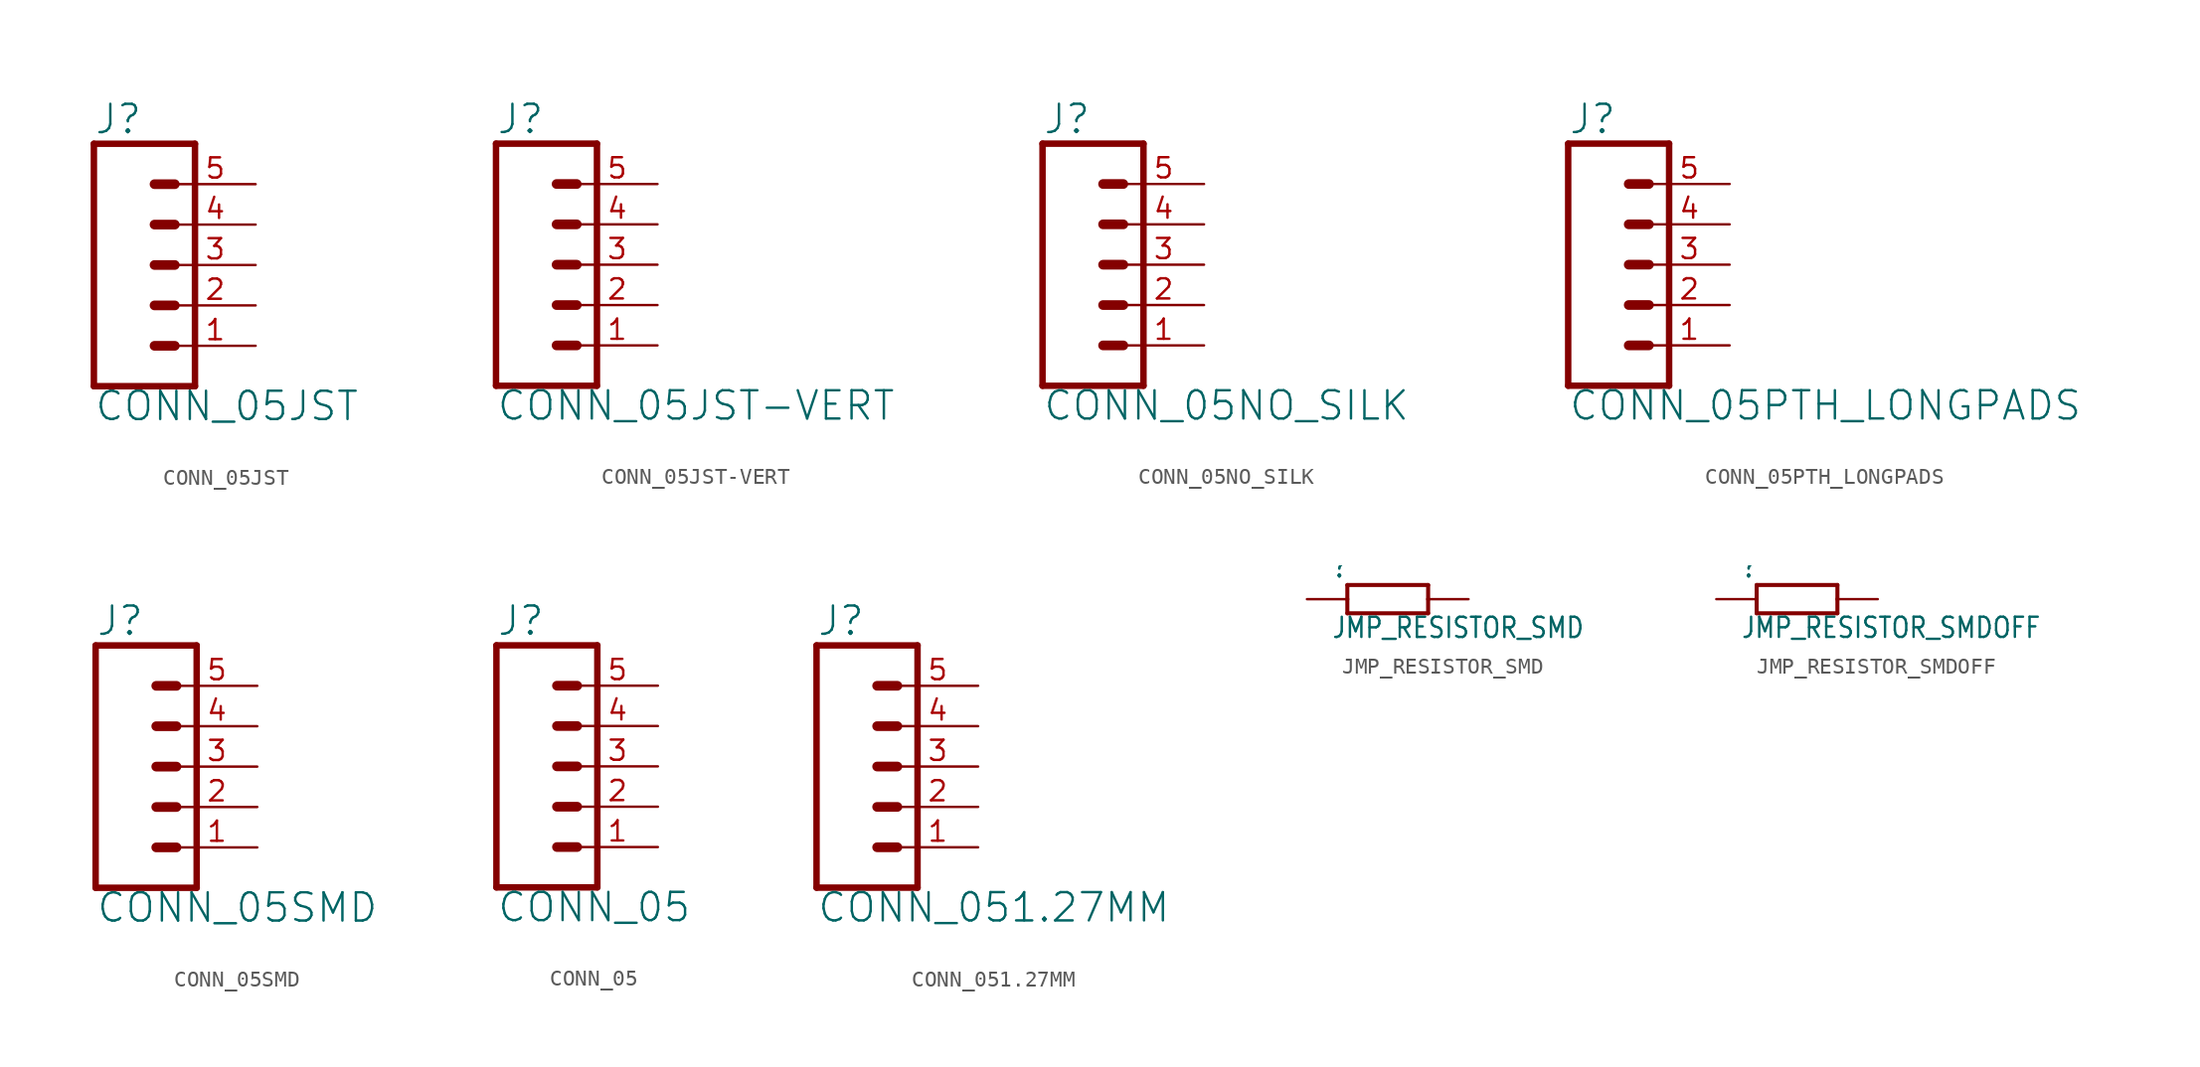
<source format=kicad_sym>
(kicad_symbol_lib
  (version 20220331)
  (generator kicad_symbol_editor)
  (symbol "CONN_05JST"
    (property "Reference" "J"
      (at -2.54 8.128 0)
      (effects (font (size 1.778 1.778)) (justify left bottom)))
    (property "Value" "CONN_05JST"
      (at -2.54 -9.906 0)
      (effects (font (size 1.778 1.778)) (justify left bottom)))
    (property "ki_locked" ""
      (at 0 0 0)
      (effects (font (size 1.27 1.27))))
    (symbol "CONN_05JST_1_0"
      (polyline (pts (xy -2.54 7.62) (xy -2.54 -7.62)) (stroke (width 0.406) (type solid)) (fill (type none)))
      (polyline (pts (xy -2.54 7.62) (xy 3.81 7.62)) (stroke (width 0.406) (type solid)) (fill (type none)))
      (polyline (pts (xy 1.27 -5.08) (xy 2.54 -5.08)) (stroke (width 0.61) (type solid)) (fill (type none)))
      (polyline (pts (xy 1.27 -2.54) (xy 2.54 -2.54)) (stroke (width 0.61) (type solid)) (fill (type none)))
      (polyline (pts (xy 1.27 0) (xy 2.54 0)) (stroke (width 0.61) (type solid)) (fill (type none)))
      (polyline (pts (xy 1.27 2.54) (xy 2.54 2.54)) (stroke (width 0.61) (type solid)) (fill (type none)))
      (polyline (pts (xy 1.27 5.08) (xy 2.54 5.08)) (stroke (width 0.61) (type solid)) (fill (type none)))
      (polyline (pts (xy 3.81 -7.62) (xy -2.54 -7.62)) (stroke (width 0.406) (type solid)) (fill (type none)))
      (polyline (pts (xy 3.81 -7.62) (xy 3.81 7.62)) (stroke (width 0.406) (type solid)) (fill (type none)))
      (pin passive line (at 7.62 -5.08 180) (length 5.08) (name "1" (effects (font (size 0 0)))) (number "1" (effects (font (size 1.27 1.27)))))
      (pin passive line (at 7.62 -2.54 180) (length 5.08) (name "2" (effects (font (size 0 0)))) (number "2" (effects (font (size 1.27 1.27)))))
      (pin passive line (at 7.62 0 180) (length 5.08) (name "3" (effects (font (size 0 0)))) (number "3" (effects (font (size 1.27 1.27)))))
      (pin passive line (at 7.62 2.54 180) (length 5.08) (name "4" (effects (font (size 0 0)))) (number "4" (effects (font (size 1.27 1.27)))))
      (pin passive line (at 7.62 5.08 180) (length 5.08) (name "5" (effects (font (size 0 0)))) (number "5" (effects (font (size 1.27 1.27)))))))
  (symbol "CONN_05JST-VERT"
    (property "Reference" "J"
      (at -2.54 8.128 0)
      (effects (font (size 1.778 1.778)) (justify left bottom)))
    (property "Value" "CONN_05JST-VERT"
      (at -2.54 -9.906 0)
      (effects (font (size 1.778 1.778)) (justify left bottom)))
    (property "ki_locked" ""
      (at 0 0 0)
      (effects (font (size 1.27 1.27))))
    (symbol "CONN_05JST-VERT_1_0"
      (polyline (pts (xy -2.54 7.62) (xy -2.54 -7.62)) (stroke (width 0.406) (type solid)) (fill (type none)))
      (polyline (pts (xy -2.54 7.62) (xy 3.81 7.62)) (stroke (width 0.406) (type solid)) (fill (type none)))
      (polyline (pts (xy 1.27 -5.08) (xy 2.54 -5.08)) (stroke (width 0.61) (type solid)) (fill (type none)))
      (polyline (pts (xy 1.27 -2.54) (xy 2.54 -2.54)) (stroke (width 0.61) (type solid)) (fill (type none)))
      (polyline (pts (xy 1.27 0) (xy 2.54 0)) (stroke (width 0.61) (type solid)) (fill (type none)))
      (polyline (pts (xy 1.27 2.54) (xy 2.54 2.54)) (stroke (width 0.61) (type solid)) (fill (type none)))
      (polyline (pts (xy 1.27 5.08) (xy 2.54 5.08)) (stroke (width 0.61) (type solid)) (fill (type none)))
      (polyline (pts (xy 3.81 -7.62) (xy -2.54 -7.62)) (stroke (width 0.406) (type solid)) (fill (type none)))
      (polyline (pts (xy 3.81 -7.62) (xy 3.81 7.62)) (stroke (width 0.406) (type solid)) (fill (type none)))
      (pin passive line (at 7.62 -5.08 180) (length 5.08) (name "1" (effects (font (size 0 0)))) (number "1" (effects (font (size 1.27 1.27)))))
      (pin passive line (at 7.62 -2.54 180) (length 5.08) (name "2" (effects (font (size 0 0)))) (number "2" (effects (font (size 1.27 1.27)))))
      (pin passive line (at 7.62 0 180) (length 5.08) (name "3" (effects (font (size 0 0)))) (number "3" (effects (font (size 1.27 1.27)))))
      (pin passive line (at 7.62 2.54 180) (length 5.08) (name "4" (effects (font (size 0 0)))) (number "4" (effects (font (size 1.27 1.27)))))
      (pin passive line (at 7.62 5.08 180) (length 5.08) (name "5" (effects (font (size 0 0)))) (number "5" (effects (font (size 1.27 1.27)))))))
  (symbol "CONN_05NO_SILK"
    (property "Reference" "J"
      (at -2.54 8.128 0)
      (effects (font (size 1.778 1.778)) (justify left bottom)))
    (property "Value" "CONN_05NO_SILK"
      (at -2.54 -9.906 0)
      (effects (font (size 1.778 1.778)) (justify left bottom)))
    (property "ki_locked" ""
      (at 0 0 0)
      (effects (font (size 1.27 1.27))))
    (symbol "CONN_05NO_SILK_1_0"
      (polyline (pts (xy -2.54 7.62) (xy -2.54 -7.62)) (stroke (width 0.406) (type solid)) (fill (type none)))
      (polyline (pts (xy -2.54 7.62) (xy 3.81 7.62)) (stroke (width 0.406) (type solid)) (fill (type none)))
      (polyline (pts (xy 1.27 -5.08) (xy 2.54 -5.08)) (stroke (width 0.61) (type solid)) (fill (type none)))
      (polyline (pts (xy 1.27 -2.54) (xy 2.54 -2.54)) (stroke (width 0.61) (type solid)) (fill (type none)))
      (polyline (pts (xy 1.27 0) (xy 2.54 0)) (stroke (width 0.61) (type solid)) (fill (type none)))
      (polyline (pts (xy 1.27 2.54) (xy 2.54 2.54)) (stroke (width 0.61) (type solid)) (fill (type none)))
      (polyline (pts (xy 1.27 5.08) (xy 2.54 5.08)) (stroke (width 0.61) (type solid)) (fill (type none)))
      (polyline (pts (xy 3.81 -7.62) (xy -2.54 -7.62)) (stroke (width 0.406) (type solid)) (fill (type none)))
      (polyline (pts (xy 3.81 -7.62) (xy 3.81 7.62)) (stroke (width 0.406) (type solid)) (fill (type none)))
      (pin passive line (at 7.62 -5.08 180) (length 5.08) (name "1" (effects (font (size 0 0)))) (number "1" (effects (font (size 1.27 1.27)))))
      (pin passive line (at 7.62 -2.54 180) (length 5.08) (name "2" (effects (font (size 0 0)))) (number "2" (effects (font (size 1.27 1.27)))))
      (pin passive line (at 7.62 0 180) (length 5.08) (name "3" (effects (font (size 0 0)))) (number "3" (effects (font (size 1.27 1.27)))))
      (pin passive line (at 7.62 2.54 180) (length 5.08) (name "4" (effects (font (size 0 0)))) (number "4" (effects (font (size 1.27 1.27)))))
      (pin passive line (at 7.62 5.08 180) (length 5.08) (name "5" (effects (font (size 0 0)))) (number "5" (effects (font (size 1.27 1.27)))))))
  (symbol "CONN_05PTH_LONGPADS"
    (property "Reference" "J"
      (at -2.54 8.128 0)
      (effects (font (size 1.778 1.778)) (justify left bottom)))
    (property "Value" "CONN_05PTH_LONGPADS"
      (at -2.54 -9.906 0)
      (effects (font (size 1.778 1.778)) (justify left bottom)))
    (property "ki_locked" ""
      (at 0 0 0)
      (effects (font (size 1.27 1.27))))
    (symbol "CONN_05PTH_LONGPADS_1_0"
      (polyline (pts (xy -2.54 7.62) (xy -2.54 -7.62)) (stroke (width 0.406) (type solid)) (fill (type none)))
      (polyline (pts (xy -2.54 7.62) (xy 3.81 7.62)) (stroke (width 0.406) (type solid)) (fill (type none)))
      (polyline (pts (xy 1.27 -5.08) (xy 2.54 -5.08)) (stroke (width 0.61) (type solid)) (fill (type none)))
      (polyline (pts (xy 1.27 -2.54) (xy 2.54 -2.54)) (stroke (width 0.61) (type solid)) (fill (type none)))
      (polyline (pts (xy 1.27 0) (xy 2.54 0)) (stroke (width 0.61) (type solid)) (fill (type none)))
      (polyline (pts (xy 1.27 2.54) (xy 2.54 2.54)) (stroke (width 0.61) (type solid)) (fill (type none)))
      (polyline (pts (xy 1.27 5.08) (xy 2.54 5.08)) (stroke (width 0.61) (type solid)) (fill (type none)))
      (polyline (pts (xy 3.81 -7.62) (xy -2.54 -7.62)) (stroke (width 0.406) (type solid)) (fill (type none)))
      (polyline (pts (xy 3.81 -7.62) (xy 3.81 7.62)) (stroke (width 0.406) (type solid)) (fill (type none)))
      (pin passive line (at 7.62 -5.08 180) (length 5.08) (name "1" (effects (font (size 0 0)))) (number "1" (effects (font (size 1.27 1.27)))))
      (pin passive line (at 7.62 -2.54 180) (length 5.08) (name "2" (effects (font (size 0 0)))) (number "2" (effects (font (size 1.27 1.27)))))
      (pin passive line (at 7.62 0 180) (length 5.08) (name "3" (effects (font (size 0 0)))) (number "3" (effects (font (size 1.27 1.27)))))
      (pin passive line (at 7.62 2.54 180) (length 5.08) (name "4" (effects (font (size 0 0)))) (number "4" (effects (font (size 1.27 1.27)))))
      (pin passive line (at 7.62 5.08 180) (length 5.08) (name "5" (effects (font (size 0 0)))) (number "5" (effects (font (size 1.27 1.27)))))))
  (symbol "CONN_05SMD"
    (property "Reference" "J"
      (at -2.54 8.128 0)
      (effects (font (size 1.778 1.778)) (justify left bottom)))
    (property "Value" "CONN_05SMD"
      (at -2.54 -9.906 0)
      (effects (font (size 1.778 1.778)) (justify left bottom)))
    (property "ki_locked" ""
      (at 0 0 0)
      (effects (font (size 1.27 1.27))))
    (symbol "CONN_05SMD_1_0"
      (polyline (pts (xy -2.54 7.62) (xy -2.54 -7.62)) (stroke (width 0.406) (type solid)) (fill (type none)))
      (polyline (pts (xy -2.54 7.62) (xy 3.81 7.62)) (stroke (width 0.406) (type solid)) (fill (type none)))
      (polyline (pts (xy 1.27 -5.08) (xy 2.54 -5.08)) (stroke (width 0.61) (type solid)) (fill (type none)))
      (polyline (pts (xy 1.27 -2.54) (xy 2.54 -2.54)) (stroke (width 0.61) (type solid)) (fill (type none)))
      (polyline (pts (xy 1.27 0) (xy 2.54 0)) (stroke (width 0.61) (type solid)) (fill (type none)))
      (polyline (pts (xy 1.27 2.54) (xy 2.54 2.54)) (stroke (width 0.61) (type solid)) (fill (type none)))
      (polyline (pts (xy 1.27 5.08) (xy 2.54 5.08)) (stroke (width 0.61) (type solid)) (fill (type none)))
      (polyline (pts (xy 3.81 -7.62) (xy -2.54 -7.62)) (stroke (width 0.406) (type solid)) (fill (type none)))
      (polyline (pts (xy 3.81 -7.62) (xy 3.81 7.62)) (stroke (width 0.406) (type solid)) (fill (type none)))
      (pin passive line (at 7.62 -5.08 180) (length 5.08) (name "1" (effects (font (size 0 0)))) (number "1" (effects (font (size 1.27 1.27)))))
      (pin passive line (at 7.62 -2.54 180) (length 5.08) (name "2" (effects (font (size 0 0)))) (number "2" (effects (font (size 1.27 1.27)))))
      (pin passive line (at 7.62 0 180) (length 5.08) (name "3" (effects (font (size 0 0)))) (number "3" (effects (font (size 1.27 1.27)))))
      (pin passive line (at 7.62 2.54 180) (length 5.08) (name "4" (effects (font (size 0 0)))) (number "4" (effects (font (size 1.27 1.27)))))
      (pin passive line (at 7.62 5.08 180) (length 5.08) (name "5" (effects (font (size 0 0)))) (number "5" (effects (font (size 1.27 1.27)))))))
  (symbol "CONN_05"
    (property "Reference" "J"
      (at -2.54 8.128 0)
      (effects (font (size 1.778 1.778)) (justify left bottom)))
    (property "Value" "CONN_05"
      (at -2.54 -9.906 0)
      (effects (font (size 1.778 1.778)) (justify left bottom)))
    (property "ki_locked" ""
      (at 0 0 0)
      (effects (font (size 1.27 1.27))))
    (symbol "CONN_05_1_0"
      (polyline (pts (xy -2.54 7.62) (xy -2.54 -7.62)) (stroke (width 0.406) (type solid)) (fill (type none)))
      (polyline (pts (xy -2.54 7.62) (xy 3.81 7.62)) (stroke (width 0.406) (type solid)) (fill (type none)))
      (polyline (pts (xy 1.27 -5.08) (xy 2.54 -5.08)) (stroke (width 0.61) (type solid)) (fill (type none)))
      (polyline (pts (xy 1.27 -2.54) (xy 2.54 -2.54)) (stroke (width 0.61) (type solid)) (fill (type none)))
      (polyline (pts (xy 1.27 0) (xy 2.54 0)) (stroke (width 0.61) (type solid)) (fill (type none)))
      (polyline (pts (xy 1.27 2.54) (xy 2.54 2.54)) (stroke (width 0.61) (type solid)) (fill (type none)))
      (polyline (pts (xy 1.27 5.08) (xy 2.54 5.08)) (stroke (width 0.61) (type solid)) (fill (type none)))
      (polyline (pts (xy 3.81 -7.62) (xy -2.54 -7.62)) (stroke (width 0.406) (type solid)) (fill (type none)))
      (polyline (pts (xy 3.81 -7.62) (xy 3.81 7.62)) (stroke (width 0.406) (type solid)) (fill (type none)))
      (pin passive line (at 7.62 -5.08 180) (length 5.08) (name "1" (effects (font (size 0 0)))) (number "1" (effects (font (size 1.27 1.27)))))
      (pin passive line (at 7.62 -2.54 180) (length 5.08) (name "2" (effects (font (size 0 0)))) (number "2" (effects (font (size 1.27 1.27)))))
      (pin passive line (at 7.62 0 180) (length 5.08) (name "3" (effects (font (size 0 0)))) (number "3" (effects (font (size 1.27 1.27)))))
      (pin passive line (at 7.62 2.54 180) (length 5.08) (name "4" (effects (font (size 0 0)))) (number "4" (effects (font (size 1.27 1.27)))))
      (pin passive line (at 7.62 5.08 180) (length 5.08) (name "5" (effects (font (size 0 0)))) (number "5" (effects (font (size 1.27 1.27)))))))
  (symbol "CONN_051.27MM"
    (property "Reference" "J"
      (at -2.54 8.128 0)
      (effects (font (size 1.778 1.778)) (justify left bottom)))
    (property "Value" "CONN_051.27MM"
      (at -2.54 -9.906 0)
      (effects (font (size 1.778 1.778)) (justify left bottom)))
    (property "ki_locked" ""
      (at 0 0 0)
      (effects (font (size 1.27 1.27))))
    (symbol "CONN_051.27MM_1_0"
      (polyline (pts (xy -2.54 7.62) (xy -2.54 -7.62)) (stroke (width 0.406) (type solid)) (fill (type none)))
      (polyline (pts (xy -2.54 7.62) (xy 3.81 7.62)) (stroke (width 0.406) (type solid)) (fill (type none)))
      (polyline (pts (xy 1.27 -5.08) (xy 2.54 -5.08)) (stroke (width 0.61) (type solid)) (fill (type none)))
      (polyline (pts (xy 1.27 -2.54) (xy 2.54 -2.54)) (stroke (width 0.61) (type solid)) (fill (type none)))
      (polyline (pts (xy 1.27 0) (xy 2.54 0)) (stroke (width 0.61) (type solid)) (fill (type none)))
      (polyline (pts (xy 1.27 2.54) (xy 2.54 2.54)) (stroke (width 0.61) (type solid)) (fill (type none)))
      (polyline (pts (xy 1.27 5.08) (xy 2.54 5.08)) (stroke (width 0.61) (type solid)) (fill (type none)))
      (polyline (pts (xy 3.81 -7.62) (xy -2.54 -7.62)) (stroke (width 0.406) (type solid)) (fill (type none)))
      (polyline (pts (xy 3.81 -7.62) (xy 3.81 7.62)) (stroke (width 0.406) (type solid)) (fill (type none)))
      (pin passive line (at 7.62 -5.08 180) (length 5.08) (name "1" (effects (font (size 0 0)))) (number "1" (effects (font (size 1.27 1.27)))))
      (pin passive line (at 7.62 -2.54 180) (length 5.08) (name "2" (effects (font (size 0 0)))) (number "2" (effects (font (size 1.27 1.27)))))
      (pin passive line (at 7.62 0 180) (length 5.08) (name "3" (effects (font (size 0 0)))) (number "3" (effects (font (size 1.27 1.27)))))
      (pin passive line (at 7.62 2.54 180) (length 5.08) (name "4" (effects (font (size 0 0)))) (number "4" (effects (font (size 1.27 1.27)))))
      (pin passive line (at 7.62 5.08 180) (length 5.08) (name "5" (effects (font (size 0 0)))) (number "5" (effects (font (size 1.27 1.27)))))))
  (symbol "JMP_RESISTOR_SMD"
    (property "Reference" ""
      (at -3.556 1.27 0)
      (effects (font (size 1.27 1.079)) (justify left bottom)))
    (property "Value" "JMP_RESISTOR_SMD"
      (at -3.556 -2.54 0)
      (effects (font (size 1.27 1.079)) (justify left bottom)))
    (property "ki_locked" ""
      (at 0 0 0)
      (effects (font (size 1.27 1.27))))
    (symbol "JMP_RESISTOR_SMD_1_0"
      (polyline (pts (xy -2.54 -0.889) (xy -2.54 0)) (stroke (width 0.254) (type solid)) (fill (type none)))
      (polyline (pts (xy -2.54 -0.889) (xy 2.54 -0.889)) (stroke (width 0.254) (type solid)) (fill (type none)))
      (polyline (pts (xy -2.54 0) (xy -2.54 0.889)) (stroke (width 0.254) (type solid)) (fill (type none)))
      (polyline (pts (xy 2.54 -0.889) (xy 2.54 0)) (stroke (width 0.254) (type solid)) (fill (type none)))
      (polyline (pts (xy 2.54 0) (xy 2.54 0.889)) (stroke (width 0.254) (type solid)) (fill (type none)))
      (polyline (pts (xy 2.54 0.889) (xy -2.54 0.889)) (stroke (width 0.254) (type solid)) (fill (type none)))
      (pin bidirectional line (at -5.08 0 0) (length 2.54) (name "P$1" (effects (font (size 0 0)))) (number "1" (effects (font (size 0 0)))))
      (pin bidirectional line (at 5.08 0 180) (length 2.54) (name "P$2" (effects (font (size 0 0)))) (number "2" (effects (font (size 0 0)))))))
  (symbol "JMP_RESISTOR_SMDOFF"
    (property "Reference" ""
      (at -3.556 1.27 0)
      (effects (font (size 1.27 1.079)) (justify left bottom)))
    (property "Value" "JMP_RESISTOR_SMDOFF"
      (at -3.556 -2.54 0)
      (effects (font (size 1.27 1.079)) (justify left bottom)))
    (property "ki_locked" ""
      (at 0 0 0)
      (effects (font (size 1.27 1.27))))
    (symbol "JMP_RESISTOR_SMDOFF_1_0"
      (polyline (pts (xy -2.54 -0.889) (xy -2.54 0)) (stroke (width 0.254) (type solid)) (fill (type none)))
      (polyline (pts (xy -2.54 -0.889) (xy 2.54 -0.889)) (stroke (width 0.254) (type solid)) (fill (type none)))
      (polyline (pts (xy -2.54 0) (xy -2.54 0.889)) (stroke (width 0.254) (type solid)) (fill (type none)))
      (polyline (pts (xy 2.54 -0.889) (xy 2.54 0)) (stroke (width 0.254) (type solid)) (fill (type none)))
      (polyline (pts (xy 2.54 0) (xy 2.54 0.889)) (stroke (width 0.254) (type solid)) (fill (type none)))
      (polyline (pts (xy 2.54 0.889) (xy -2.54 0.889)) (stroke (width 0.254) (type solid)) (fill (type none)))
      (pin bidirectional line (at -5.08 0 0) (length 2.54) (name "P$1" (effects (font (size 0 0)))) (number "1" (effects (font (size 0 0)))))
      (pin bidirectional line (at 5.08 0 180) (length 2.54) (name "P$2" (effects (font (size 0 0)))) (number "2" (effects (font (size 0 0))))))))
</source>
